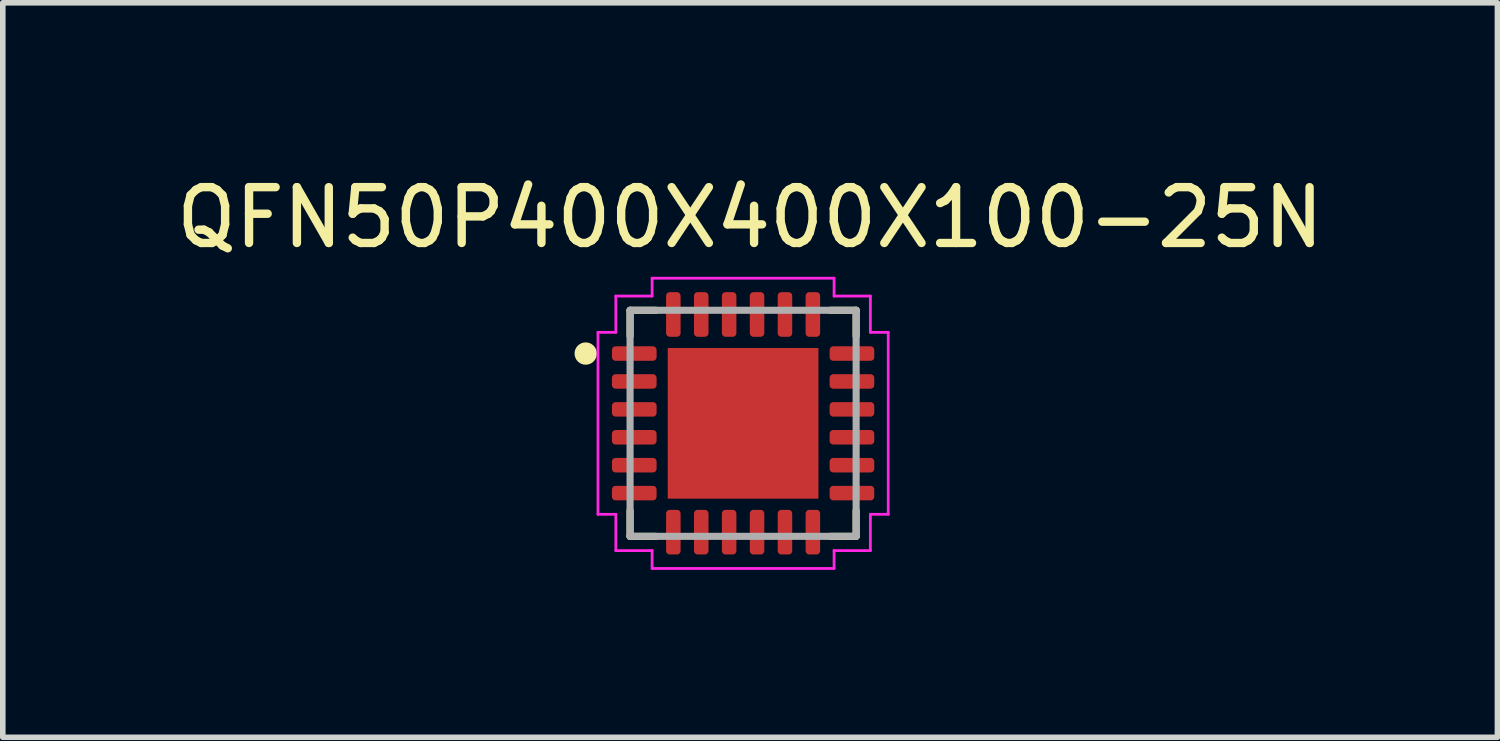
<source format=kicad_pcb>
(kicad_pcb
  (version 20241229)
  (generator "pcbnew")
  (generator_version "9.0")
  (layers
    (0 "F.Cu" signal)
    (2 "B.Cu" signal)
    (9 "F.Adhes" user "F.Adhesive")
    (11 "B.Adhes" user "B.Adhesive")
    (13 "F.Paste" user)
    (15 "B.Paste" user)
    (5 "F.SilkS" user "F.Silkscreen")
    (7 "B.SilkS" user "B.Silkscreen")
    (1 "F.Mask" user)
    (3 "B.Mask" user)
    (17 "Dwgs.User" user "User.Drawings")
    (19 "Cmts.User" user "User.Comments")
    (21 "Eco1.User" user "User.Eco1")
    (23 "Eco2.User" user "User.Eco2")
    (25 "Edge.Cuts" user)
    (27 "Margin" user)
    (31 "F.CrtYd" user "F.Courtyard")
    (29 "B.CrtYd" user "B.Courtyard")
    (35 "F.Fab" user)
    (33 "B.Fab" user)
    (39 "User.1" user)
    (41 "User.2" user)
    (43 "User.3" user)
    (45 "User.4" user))
  (footprint "QFN50P400X400X100-25N"
    (layer "F.Cu")
    (at 10.263 4.534)
    (property "Reference" "QFN50P400X400X100-25N" (at 0.125 -3.686 0) (layer "F.SilkS") (effects (font (size 1 1) (thickness 0.15))))
    (attr smd)
    (fp_line (start -2.025 -2.025) (end -1.564 -2.025) (stroke (width 0.127) (type solid)) (layer "F.SilkS"))
    (fp_line (start -2.025 -1.564) (end -2.025 -2.025) (stroke (width 0.127) (type solid)) (layer "F.SilkS"))
    (fp_line (start -2.025 1.564) (end -2.025 2.025) (stroke (width 0.127) (type solid)) (layer "F.SilkS"))
    (fp_line (start -2.025 2.025) (end -1.564 2.025) (stroke (width 0.127) (type solid)) (layer "F.SilkS"))
    (fp_line (start 2.025 -2.025) (end 1.564 -2.025) (stroke (width 0.127) (type solid)) (layer "F.SilkS"))
    (fp_line (start 2.025 -1.564) (end 2.025 -2.025) (stroke (width 0.127) (type solid)) (layer "F.SilkS"))
    (fp_line (start 2.025 1.564) (end 2.025 2.025) (stroke (width 0.127) (type solid)) (layer "F.SilkS"))
    (fp_line (start 2.025 2.025) (end 1.564 2.025) (stroke (width 0.127) (type solid)) (layer "F.SilkS"))
    (fp_circle (center -2.82 -1.25) (end -2.72 -1.25) (stroke (width 0.2) (type solid)) (fill no) (layer "F.SilkS"))
    (fp_poly (pts (xy -1.092 -1.09) (xy -0.13 -1.09) (xy -0.13 -0.13) (xy -1.092 -0.13)) (stroke (width 0.01) (type solid)) (fill yes) (layer "F.Paste"))
    (fp_poly (pts (xy -1.092 0.13) (xy -0.13 0.13) (xy -0.13 1.092) (xy -1.092 1.092)) (stroke (width 0.01) (type solid)) (fill yes) (layer "F.Paste"))
    (fp_poly (pts (xy 0.13 0.13) (xy 1.09 0.13) (xy 1.09 1.091) (xy 0.13 1.091)) (stroke (width 0.01) (type solid)) (fill yes) (layer "F.Paste"))
    (fp_poly (pts (xy 0.13 -1.09) (xy 1.09 -1.09) (xy 1.09 -0.13) (xy 0.13 -0.13)) (stroke (width 0.01) (type solid)) (fill yes) (layer "F.Paste"))
    (fp_line (start -2.6 -1.63) (end -2.6 1.63) (stroke (width 0.05) (type solid)) (layer "F.CrtYd"))
    (fp_line (start -2.6 1.63) (end -2.28 1.63) (stroke (width 0.05) (type solid)) (layer "F.CrtYd"))
    (fp_line (start -2.28 -2.28) (end -2.28 -1.63) (stroke (width 0.05) (type solid)) (layer "F.CrtYd"))
    (fp_line (start -2.28 -1.63) (end -2.6 -1.63) (stroke (width 0.05) (type solid)) (layer "F.CrtYd"))
    (fp_line (start -2.28 1.63) (end -2.28 2.28) (stroke (width 0.05) (type solid)) (layer "F.CrtYd"))
    (fp_line (start -2.28 2.28) (end -1.63 2.28) (stroke (width 0.05) (type solid)) (layer "F.CrtYd"))
    (fp_line (start -1.63 -2.6) (end -1.63 -2.28) (stroke (width 0.05) (type solid)) (layer "F.CrtYd"))
    (fp_line (start -1.63 -2.28) (end -2.28 -2.28) (stroke (width 0.05) (type solid)) (layer "F.CrtYd"))
    (fp_line (start -1.63 2.28) (end -1.63 2.6) (stroke (width 0.05) (type solid)) (layer "F.CrtYd"))
    (fp_line (start -1.63 2.6) (end 1.63 2.6) (stroke (width 0.05) (type solid)) (layer "F.CrtYd"))
    (fp_line (start 1.63 -2.6) (end -1.63 -2.6) (stroke (width 0.05) (type solid)) (layer "F.CrtYd"))
    (fp_line (start 1.63 -2.28) (end 1.63 -2.6) (stroke (width 0.05) (type solid)) (layer "F.CrtYd"))
    (fp_line (start 1.63 2.28) (end 2.28 2.28) (stroke (width 0.05) (type solid)) (layer "F.CrtYd"))
    (fp_line (start 1.63 2.6) (end 1.63 2.28) (stroke (width 0.05) (type solid)) (layer "F.CrtYd"))
    (fp_line (start 2.28 -2.28) (end 1.63 -2.28) (stroke (width 0.05) (type solid)) (layer "F.CrtYd"))
    (fp_line (start 2.28 -1.63) (end 2.28 -2.28) (stroke (width 0.05) (type solid)) (layer "F.CrtYd"))
    (fp_line (start 2.28 1.63) (end 2.6 1.63) (stroke (width 0.05) (type solid)) (layer "F.CrtYd"))
    (fp_line (start 2.28 2.28) (end 2.28 1.63) (stroke (width 0.05) (type solid)) (layer "F.CrtYd"))
    (fp_line (start 2.6 -1.63) (end 2.28 -1.63) (stroke (width 0.05) (type solid)) (layer "F.CrtYd"))
    (fp_line (start 2.6 1.63) (end 2.6 -1.63) (stroke (width 0.05) (type solid)) (layer "F.CrtYd"))
    (fp_line (start -2.025 -2.025) (end 2.025 -2.025) (stroke (width 0.127) (type solid)) (layer "F.Fab"))
    (fp_line (start -2.025 2.025) (end -2.025 -2.025) (stroke (width 0.127) (type solid)) (layer "F.Fab"))
    (fp_line (start -2.025 2.025) (end 2.025 2.025) (stroke (width 0.127) (type solid)) (layer "F.Fab"))
    (fp_line (start 2.025 -2.025) (end 2.025 2.025) (stroke (width 0.127) (type solid)) (layer "F.Fab"))
    (pad "1" smd roundrect (at -1.95 -1.25) (size 0.8 0.26) (layers "F.Cu" "F.Mask" "F.Paste") (roundrect_rratio 0.25))
    (pad "2" smd roundrect (at -1.95 -0.75) (size 0.8 0.26) (layers "F.Cu" "F.Mask" "F.Paste") (roundrect_rratio 0.25))
    (pad "3" smd roundrect (at -1.95 -0.25) (size 0.8 0.26) (layers "F.Cu" "F.Mask" "F.Paste") (roundrect_rratio 0.25))
    (pad "4" smd roundrect (at -1.95 0.25) (size 0.8 0.26) (layers "F.Cu" "F.Mask" "F.Paste") (roundrect_rratio 0.25))
    (pad "5" smd roundrect (at -1.95 0.75) (size 0.8 0.26) (layers "F.Cu" "F.Mask" "F.Paste") (roundrect_rratio 0.25))
    (pad "6" smd roundrect (at -1.95 1.25) (size 0.8 0.26) (layers "F.Cu" "F.Mask" "F.Paste") (roundrect_rratio 0.25))
    (pad "7" smd roundrect (at -1.25 1.95) (size 0.26 0.8) (layers "F.Cu" "F.Mask" "F.Paste") (roundrect_rratio 0.25))
    (pad "8" smd roundrect (at -0.75 1.95) (size 0.26 0.8) (layers "F.Cu" "F.Mask" "F.Paste") (roundrect_rratio 0.25))
    (pad "9" smd roundrect (at -0.25 1.95) (size 0.26 0.8) (layers "F.Cu" "F.Mask" "F.Paste") (roundrect_rratio 0.25))
    (pad "10" smd roundrect (at 0.25 1.95) (size 0.26 0.8) (layers "F.Cu" "F.Mask" "F.Paste") (roundrect_rratio 0.25))
    (pad "11" smd roundrect (at 0.75 1.95) (size 0.26 0.8) (layers "F.Cu" "F.Mask" "F.Paste") (roundrect_rratio 0.25))
    (pad "12" smd roundrect (at 1.25 1.95) (size 0.26 0.8) (layers "F.Cu" "F.Mask" "F.Paste") (roundrect_rratio 0.25))
    (pad "13" smd roundrect (at 1.95 1.25) (size 0.8 0.26) (layers "F.Cu" "F.Mask" "F.Paste") (roundrect_rratio 0.25))
    (pad "14" smd roundrect (at 1.95 0.75) (size 0.8 0.26) (layers "F.Cu" "F.Mask" "F.Paste") (roundrect_rratio 0.25))
    (pad "15" smd roundrect (at 1.95 0.25) (size 0.8 0.26) (layers "F.Cu" "F.Mask" "F.Paste") (roundrect_rratio 0.25))
    (pad "16" smd roundrect (at 1.95 -0.25) (size 0.8 0.26) (layers "F.Cu" "F.Mask" "F.Paste") (roundrect_rratio 0.25))
    (pad "17" smd roundrect (at 1.95 -0.75) (size 0.8 0.26) (layers "F.Cu" "F.Mask" "F.Paste") (roundrect_rratio 0.25))
    (pad "18" smd roundrect (at 1.95 -1.25) (size 0.8 0.26) (layers "F.Cu" "F.Mask" "F.Paste") (roundrect_rratio 0.25))
    (pad "19" smd roundrect (at 1.25 -1.95) (size 0.26 0.8) (layers "F.Cu" "F.Mask" "F.Paste") (roundrect_rratio 0.25))
    (pad "20" smd roundrect (at 0.75 -1.95) (size 0.26 0.8) (layers "F.Cu" "F.Mask" "F.Paste") (roundrect_rratio 0.25))
    (pad "21" smd roundrect (at 0.25 -1.95) (size 0.26 0.8) (layers "F.Cu" "F.Mask" "F.Paste") (roundrect_rratio 0.25))
    (pad "22" smd roundrect (at -0.25 -1.95) (size 0.26 0.8) (layers "F.Cu" "F.Mask" "F.Paste") (roundrect_rratio 0.25))
    (pad "23" smd roundrect (at -0.75 -1.95) (size 0.26 0.8) (layers "F.Cu" "F.Mask" "F.Paste") (roundrect_rratio 0.25))
    (pad "24" smd roundrect (at -1.25 -1.95) (size 0.26 0.8) (layers "F.Cu" "F.Mask" "F.Paste") (roundrect_rratio 0.25))
    (pad "25" smd rect (at 0 0) (size 2.7 2.7) (layers "F.Cu" "F.Mask")))
  (gr_rect
    (start -3 -3)
    (end 23.777 10.159)
    (stroke (width 0.1) (type default))
    (fill no)
    (layer "Edge.Cuts")))
</source>
